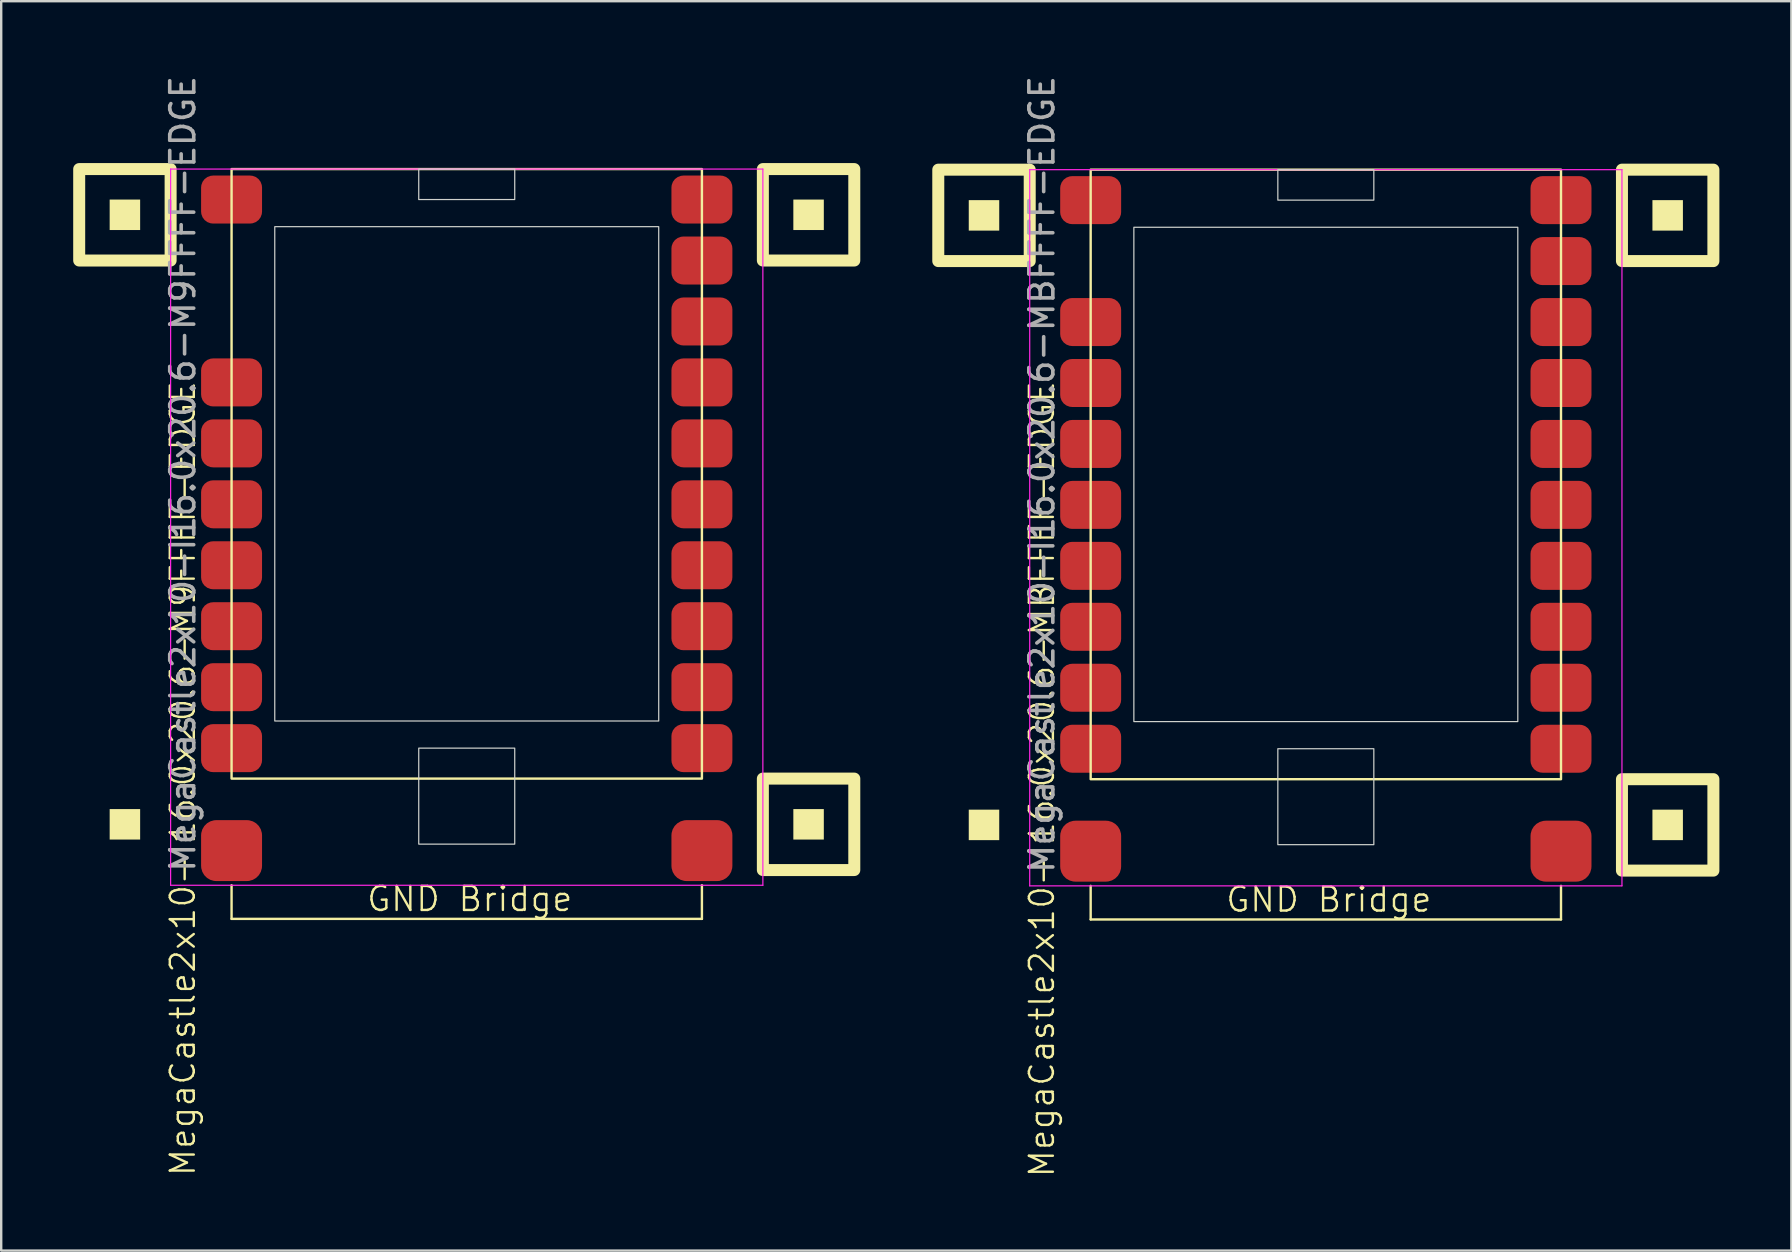
<source format=kicad_pcb>
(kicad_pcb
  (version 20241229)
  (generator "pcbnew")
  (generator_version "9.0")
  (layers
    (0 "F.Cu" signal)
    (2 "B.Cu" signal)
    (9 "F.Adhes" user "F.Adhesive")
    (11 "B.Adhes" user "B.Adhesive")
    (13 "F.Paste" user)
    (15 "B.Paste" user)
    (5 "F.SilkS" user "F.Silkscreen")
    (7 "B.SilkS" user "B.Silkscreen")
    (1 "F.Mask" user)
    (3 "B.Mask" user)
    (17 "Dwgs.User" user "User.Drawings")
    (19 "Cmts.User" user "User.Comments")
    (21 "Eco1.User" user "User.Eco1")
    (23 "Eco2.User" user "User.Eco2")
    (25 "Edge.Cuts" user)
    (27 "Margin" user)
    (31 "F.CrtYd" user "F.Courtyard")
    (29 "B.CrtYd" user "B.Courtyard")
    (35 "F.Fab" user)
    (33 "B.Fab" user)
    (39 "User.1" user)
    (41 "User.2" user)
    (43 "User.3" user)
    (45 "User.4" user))
  (footprint "MegaCastle2x10-I16.0x20.6-MBFFFF-EDGE"
    (layer "F.Cu")
    (at 52.2 16.72)
    (property "Reference" "MegaCastle2x10-I16.0x20.6-MBFFFF-EDGE" (at -11.832 12.7 90) (unlocked yes) (layer "F.SilkS") (effects (font (size 1 1) (thickness 0.1))))
    (attr smd)
    (fp_line (start -9.8 17.145) (end -9.8 18.545) (stroke (width 0.1) (type default)) (layer "F.SilkS"))
    (fp_line (start -9.8 18.545) (end 9.8 18.545) (stroke (width 0.1) (type default)) (layer "F.SilkS"))
    (fp_line (start 9.8 17.145) (end 9.8 18.545) (stroke (width 0.1) (type default)) (layer "F.SilkS"))
    (fp_rect (start -13.61 -10.16) (end -14.88 -11.43) (stroke (width 0) (type solid)) (fill yes) (layer "F.SilkS"))
    (fp_rect (start -13.61 15.24) (end -14.88 13.97) (stroke (width 0) (type solid)) (fill yes) (layer "F.SilkS"))
    (fp_rect (start -12.34 -8.89) (end -16.15 -12.7) (stroke (width 0.5) (type default)) (fill no) (layer "F.SilkS"))
    (fp_rect (start -9.8 -12.7) (end 9.8 12.7) (stroke (width 0.1) (type default)) (fill no) (layer "F.SilkS"))
    (fp_rect (start 14.88 -10.16) (end 13.61 -11.43) (stroke (width 0) (type solid)) (fill yes) (layer "F.SilkS"))
    (fp_rect (start 14.88 15.24) (end 13.61 13.97) (stroke (width 0) (type solid)) (fill yes) (layer "F.SilkS"))
    (fp_rect (start 16.15 -8.89) (end 12.34 -12.7) (stroke (width 0.5) (type default)) (fill no) (layer "F.SilkS"))
    (fp_rect (start 16.15 16.51) (end 12.34 12.7) (stroke (width 0.5) (type default)) (fill no) (layer "F.SilkS"))
    (fp_rect (start -8 -10.3) (end 8 10.3) (stroke (width 0.05) (type default)) (fill no) (layer "Edge.Cuts"))
    (fp_rect (start -2 -11.43) (end 2 -12.7) (stroke (width 0.05) (type default)) (fill no) (layer "Edge.Cuts"))
    (fp_rect (start -2 11.43) (end 2 15.43) (stroke (width 0.05) (type default)) (fill no) (layer "Edge.Cuts"))
    (fp_line (start -12.34 -12.7) (end -12.34 17.145) (stroke (width 0.05) (type default)) (layer "F.CrtYd"))
    (fp_line (start -12.34 17.145) (end 12.34 17.145) (stroke (width 0.05) (type default)) (layer "F.CrtYd"))
    (fp_line (start 12.34 -12.7) (end -12.34 -12.7) (stroke (width 0.05) (type default)) (layer "F.CrtYd"))
    (fp_line (start 12.34 -12.7) (end 12.34 17.145) (stroke (width 0.05) (type default)) (layer "F.CrtYd"))
    (fp_text user "GND Bridge" (at -4.226 18.3 0) (unlocked yes) (layer "F.SilkS") (effects (font (size 1 1) (thickness 0.1)) (justify left bottom)))
    (fp_text user "${REFERENCE}" (at -11.832 0 90) (unlocked yes) (layer "F.Fab") (effects (font (size 1 1) (thickness 0.15))))
    (pad "1" smd roundrect (at -9.8 -11.43) (size 2.54 2) (layers "F.Cu" "F.Mask" "F.Paste") (roundrect_rratio 0.25))
    (pad "3" smd roundrect (at -9.8 -6.35) (size 2.54 2) (layers "F.Cu" "F.Mask" "F.Paste") (roundrect_rratio 0.25))
    (pad "4" smd roundrect (at -9.8 -3.81) (size 2.54 2) (layers "F.Cu" "F.Mask" "F.Paste") (roundrect_rratio 0.25))
    (pad "5" smd roundrect (at -9.8 -1.27) (size 2.54 2) (layers "F.Cu" "F.Mask" "F.Paste") (roundrect_rratio 0.25))
    (pad "6" smd roundrect (at -9.8 1.27) (size 2.54 2) (layers "F.Cu" "F.Mask" "F.Paste") (roundrect_rratio 0.25))
    (pad "7" smd roundrect (at -9.8 3.81) (size 2.54 2) (layers "F.Cu" "F.Mask" "F.Paste") (roundrect_rratio 0.25))
    (pad "8" smd roundrect (at -9.8 6.35) (size 2.54 2) (layers "F.Cu" "F.Mask" "F.Paste") (roundrect_rratio 0.25))
    (pad "9" smd roundrect (at -9.8 8.89) (size 2.54 2) (layers "F.Cu" "F.Mask" "F.Paste") (roundrect_rratio 0.25))
    (pad "10" smd roundrect (at -9.8 11.43) (size 2.54 2) (layers "F.Cu" "F.Mask" "F.Paste") (roundrect_rratio 0.25))
    (pad "11" smd roundrect (at 9.8 -11.43) (size 2.54 2) (layers "F.Cu" "F.Mask" "F.Paste") (roundrect_rratio 0.25))
    (pad "12" smd roundrect (at 9.8 -8.89) (size 2.54 2) (layers "F.Cu" "F.Mask" "F.Paste") (roundrect_rratio 0.25))
    (pad "13" smd roundrect (at 9.8 -6.35) (size 2.54 2) (layers "F.Cu" "F.Mask" "F.Paste") (roundrect_rratio 0.25))
    (pad "14" smd roundrect (at 9.8 -3.81) (size 2.54 2) (layers "F.Cu" "F.Mask" "F.Paste") (roundrect_rratio 0.25))
    (pad "15" smd roundrect (at 9.8 -1.27) (size 2.54 2) (layers "F.Cu" "F.Mask" "F.Paste") (roundrect_rratio 0.25))
    (pad "16" smd roundrect (at 9.8 1.27) (size 2.54 2) (layers "F.Cu" "F.Mask" "F.Paste") (roundrect_rratio 0.25))
    (pad "17" smd roundrect (at 9.8 3.81) (size 2.54 2) (layers "F.Cu" "F.Mask" "F.Paste") (roundrect_rratio 0.25))
    (pad "18" smd roundrect (at 9.8 6.35) (size 2.54 2) (layers "F.Cu" "F.Mask" "F.Paste") (roundrect_rratio 0.25))
    (pad "19" smd roundrect (at 9.8 8.89) (size 2.54 2) (layers "F.Cu" "F.Mask" "F.Paste") (roundrect_rratio 0.25))
    (pad "20" smd roundrect (at 9.8 11.43) (size 2.54 2) (layers "F.Cu" "F.Mask" "F.Paste") (roundrect_rratio 0.25))
    (pad "B1" smd roundrect (at -9.8 15.7) (size 2.54 2.54) (layers "F.Cu" "F.Mask" "F.Paste") (roundrect_rratio 0.25))
    (pad "B2" smd roundrect (at 9.8 15.7) (size 2.54 2.54) (layers "F.Cu" "F.Mask" "F.Paste") (roundrect_rratio 0.25)))
  (footprint "MegaCastle2x10-I16.0x20.6-M9FFFF-EDGE"
    (layer "F.Cu")
    (at 16.4 16.696)
    (property "Reference" "MegaCastle2x10-I16.0x20.6-M9FFFF-EDGE" (at -11.832 12.7 90) (unlocked yes) (layer "F.SilkS") (effects (font (size 1 1) (thickness 0.1))))
    (attr smd)
    (fp_line (start -9.8 17.145) (end -9.8 18.545) (stroke (width 0.1) (type default)) (layer "F.SilkS"))
    (fp_line (start -9.8 18.545) (end 9.8 18.545) (stroke (width 0.1) (type default)) (layer "F.SilkS"))
    (fp_line (start 9.8 17.145) (end 9.8 18.545) (stroke (width 0.1) (type default)) (layer "F.SilkS"))
    (fp_rect (start -13.61 -10.16) (end -14.88 -11.43) (stroke (width 0) (type solid)) (fill yes) (layer "F.SilkS"))
    (fp_rect (start -13.61 15.24) (end -14.88 13.97) (stroke (width 0) (type solid)) (fill yes) (layer "F.SilkS"))
    (fp_rect (start -12.34 -8.89) (end -16.15 -12.7) (stroke (width 0.5) (type default)) (fill no) (layer "F.SilkS"))
    (fp_rect (start -9.8 -12.7) (end 9.8 12.7) (stroke (width 0.1) (type default)) (fill no) (layer "F.SilkS"))
    (fp_rect (start 14.88 -10.16) (end 13.61 -11.43) (stroke (width 0) (type solid)) (fill yes) (layer "F.SilkS"))
    (fp_rect (start 14.88 15.24) (end 13.61 13.97) (stroke (width 0) (type solid)) (fill yes) (layer "F.SilkS"))
    (fp_rect (start 16.15 -8.89) (end 12.34 -12.7) (stroke (width 0.5) (type default)) (fill no) (layer "F.SilkS"))
    (fp_rect (start 16.15 16.51) (end 12.34 12.7) (stroke (width 0.5) (type default)) (fill no) (layer "F.SilkS"))
    (fp_rect (start -8 -10.3) (end 8 10.3) (stroke (width 0.05) (type default)) (fill no) (layer "Edge.Cuts"))
    (fp_rect (start -2 -11.43) (end 2 -12.7) (stroke (width 0.05) (type default)) (fill no) (layer "Edge.Cuts"))
    (fp_rect (start -2 11.43) (end 2 15.43) (stroke (width 0.05) (type default)) (fill no) (layer "Edge.Cuts"))
    (fp_line (start -12.34 -12.7) (end -12.34 17.145) (stroke (width 0.05) (type default)) (layer "F.CrtYd"))
    (fp_line (start -12.34 17.145) (end 12.34 17.145) (stroke (width 0.05) (type default)) (layer "F.CrtYd"))
    (fp_line (start 12.34 -12.7) (end -12.34 -12.7) (stroke (width 0.05) (type default)) (layer "F.CrtYd"))
    (fp_line (start 12.34 -12.7) (end 12.34 17.145) (stroke (width 0.05) (type default)) (layer "F.CrtYd"))
    (fp_text user "GND Bridge" (at -4.226 18.3 0) (unlocked yes) (layer "F.SilkS") (effects (font (size 1 1) (thickness 0.1)) (justify left bottom)))
    (fp_text user "${REFERENCE}" (at -11.832 0 90) (unlocked yes) (layer "F.Fab") (effects (font (size 1 1) (thickness 0.15))))
    (pad "1" smd roundrect (at -9.8 -11.43) (size 2.54 2) (layers "F.Cu" "F.Mask" "F.Paste") (roundrect_rratio 0.25))
    (pad "4" smd roundrect (at -9.8 -3.81) (size 2.54 2) (layers "F.Cu" "F.Mask" "F.Paste") (roundrect_rratio 0.25))
    (pad "5" smd roundrect (at -9.8 -1.27) (size 2.54 2) (layers "F.Cu" "F.Mask" "F.Paste") (roundrect_rratio 0.25))
    (pad "6" smd roundrect (at -9.8 1.27) (size 2.54 2) (layers "F.Cu" "F.Mask" "F.Paste") (roundrect_rratio 0.25))
    (pad "7" smd roundrect (at -9.8 3.81) (size 2.54 2) (layers "F.Cu" "F.Mask" "F.Paste") (roundrect_rratio 0.25))
    (pad "8" smd roundrect (at -9.8 6.35) (size 2.54 2) (layers "F.Cu" "F.Mask" "F.Paste") (roundrect_rratio 0.25))
    (pad "9" smd roundrect (at -9.8 8.89) (size 2.54 2) (layers "F.Cu" "F.Mask" "F.Paste") (roundrect_rratio 0.25))
    (pad "10" smd roundrect (at -9.8 11.43) (size 2.54 2) (layers "F.Cu" "F.Mask" "F.Paste") (roundrect_rratio 0.25))
    (pad "11" smd roundrect (at 9.8 -11.43) (size 2.54 2) (layers "F.Cu" "F.Mask" "F.Paste") (roundrect_rratio 0.25))
    (pad "12" smd roundrect (at 9.8 -8.89) (size 2.54 2) (layers "F.Cu" "F.Mask" "F.Paste") (roundrect_rratio 0.25))
    (pad "13" smd roundrect (at 9.8 -6.35) (size 2.54 2) (layers "F.Cu" "F.Mask" "F.Paste") (roundrect_rratio 0.25))
    (pad "14" smd roundrect (at 9.8 -3.81) (size 2.54 2) (layers "F.Cu" "F.Mask" "F.Paste") (roundrect_rratio 0.25))
    (pad "15" smd roundrect (at 9.8 -1.27) (size 2.54 2) (layers "F.Cu" "F.Mask" "F.Paste") (roundrect_rratio 0.25))
    (pad "16" smd roundrect (at 9.8 1.27) (size 2.54 2) (layers "F.Cu" "F.Mask" "F.Paste") (roundrect_rratio 0.25))
    (pad "17" smd roundrect (at 9.8 3.81) (size 2.54 2) (layers "F.Cu" "F.Mask" "F.Paste") (roundrect_rratio 0.25))
    (pad "18" smd roundrect (at 9.8 6.35) (size 2.54 2) (layers "F.Cu" "F.Mask" "F.Paste") (roundrect_rratio 0.25))
    (pad "19" smd roundrect (at 9.8 8.89) (size 2.54 2) (layers "F.Cu" "F.Mask" "F.Paste") (roundrect_rratio 0.25))
    (pad "20" smd roundrect (at 9.8 11.43) (size 2.54 2) (layers "F.Cu" "F.Mask" "F.Paste") (roundrect_rratio 0.25))
    (pad "B1" smd roundrect (at -9.8 15.7) (size 2.54 2.54) (layers "F.Cu" "F.Mask" "F.Paste") (roundrect_rratio 0.25))
    (pad "B2" smd roundrect (at 9.8 15.7) (size 2.54 2.54) (layers "F.Cu" "F.Mask" "F.Paste") (roundrect_rratio 0.25)))
  (gr_rect
    (start -3 -3)
    (end 71.6 49.065)
    (stroke (width 0.1) (type default))
    (fill no)
    (layer "Edge.Cuts")))
</source>
